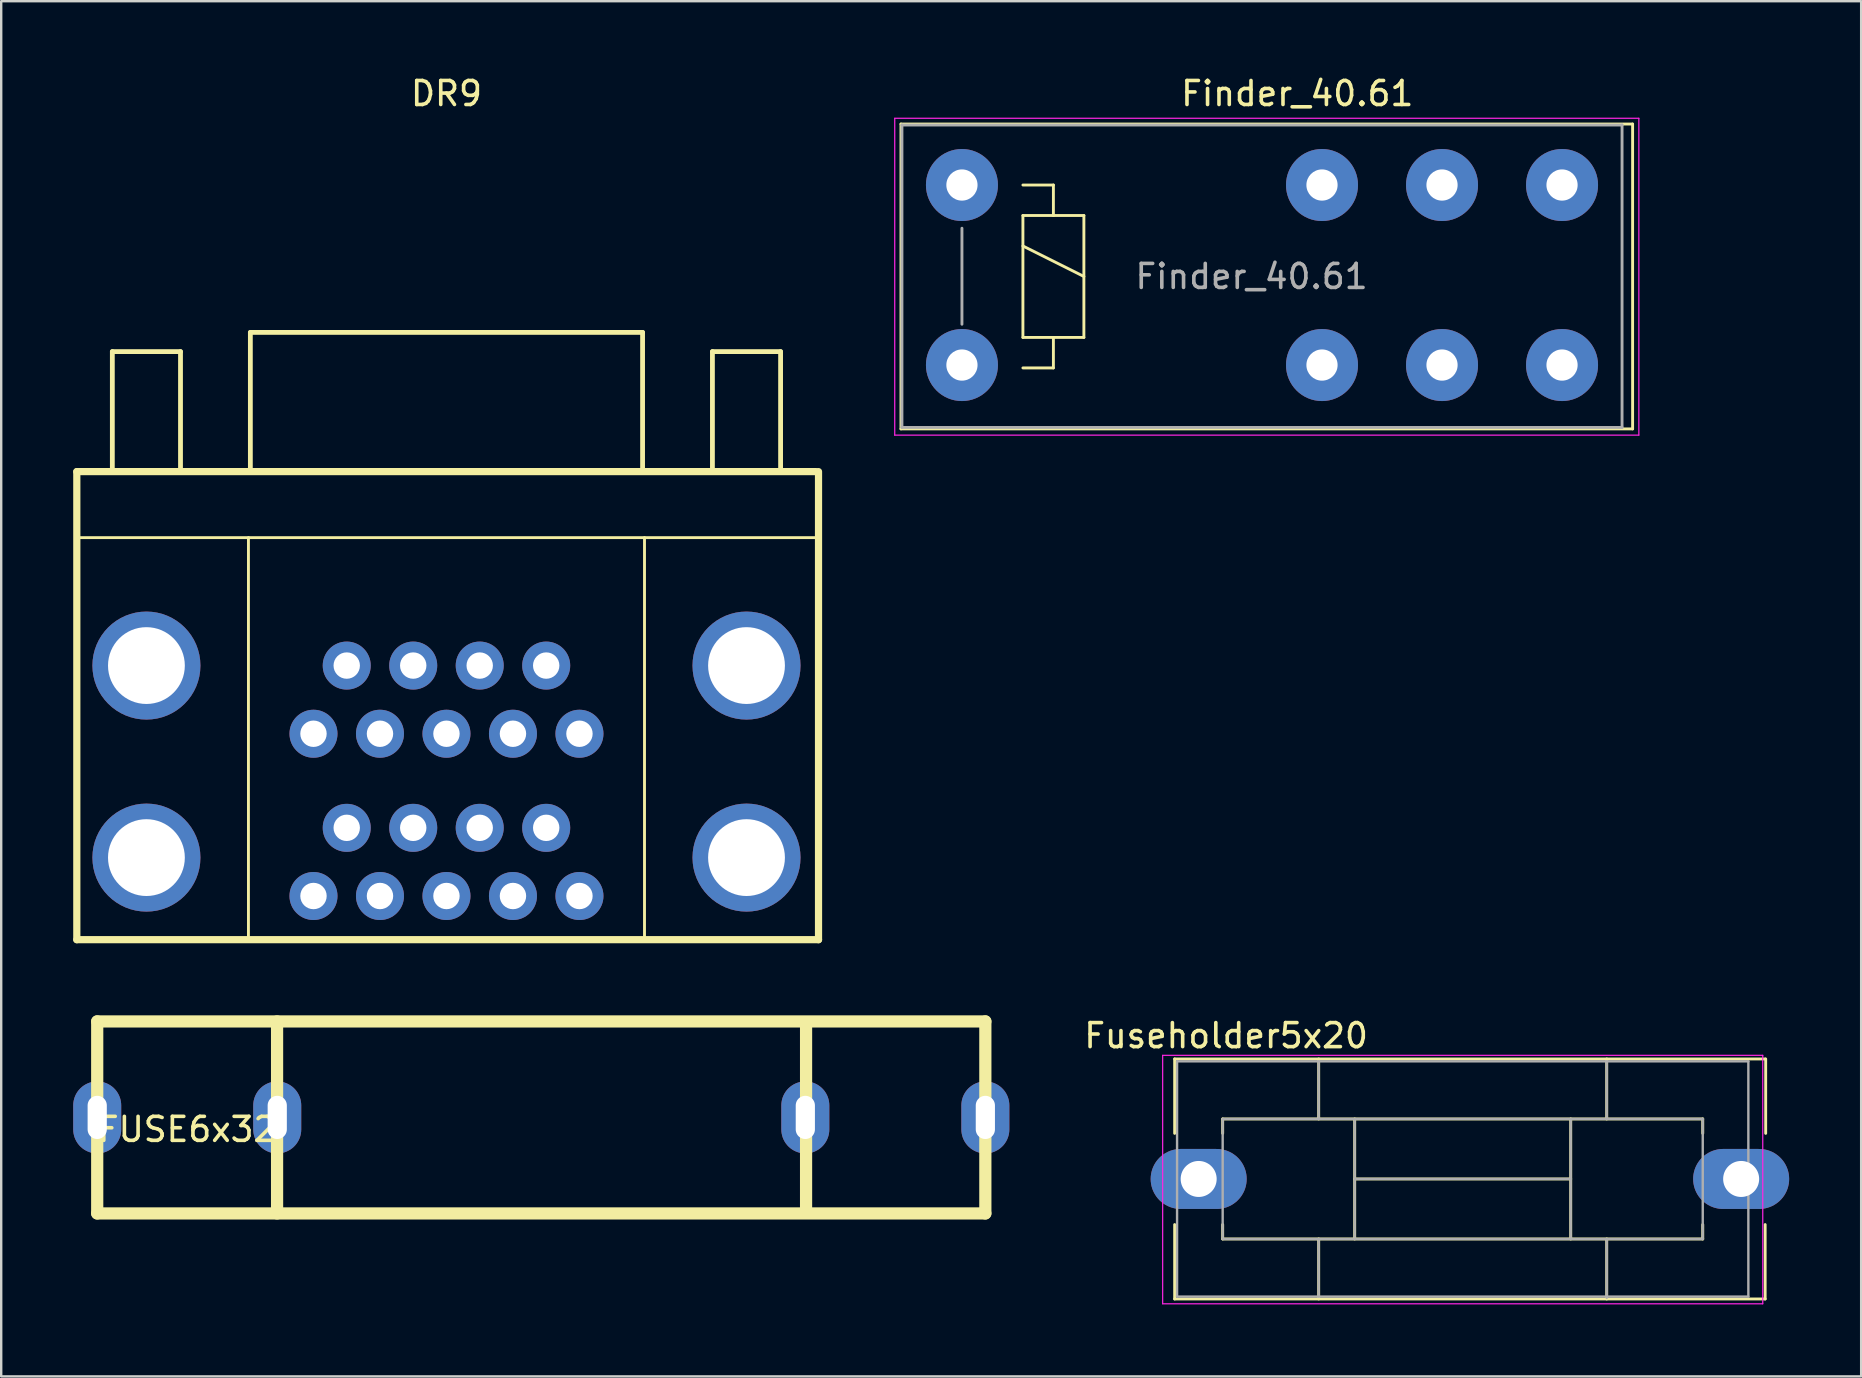
<source format=kicad_pcb>
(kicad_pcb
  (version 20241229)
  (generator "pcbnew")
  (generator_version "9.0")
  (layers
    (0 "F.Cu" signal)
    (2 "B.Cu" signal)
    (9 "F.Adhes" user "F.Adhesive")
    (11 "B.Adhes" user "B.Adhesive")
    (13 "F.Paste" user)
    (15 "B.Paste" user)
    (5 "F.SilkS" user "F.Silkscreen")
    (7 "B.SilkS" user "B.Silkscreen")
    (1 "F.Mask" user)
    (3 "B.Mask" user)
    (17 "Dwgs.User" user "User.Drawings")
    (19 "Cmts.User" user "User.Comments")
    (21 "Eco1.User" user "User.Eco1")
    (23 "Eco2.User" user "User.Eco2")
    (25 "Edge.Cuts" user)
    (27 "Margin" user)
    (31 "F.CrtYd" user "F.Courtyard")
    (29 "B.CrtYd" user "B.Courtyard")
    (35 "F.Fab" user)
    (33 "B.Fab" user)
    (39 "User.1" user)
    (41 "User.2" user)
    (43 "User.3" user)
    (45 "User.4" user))
  (footprint "Fuseholder5x20"
    (layer "F.Cu")
    (at 46.887 46.066)
    (property "Reference" "Fuseholder5x20" (at 1.143 -5.969 0) (layer "F.SilkS") (effects (font (size 1 1) (thickness 0.15))))
    (attr through_hole)
    (fp_line (start -1 -5) (end -1 -1.9) (stroke (width 0.12) (type solid)) (layer "F.SilkS"))
    (fp_line (start -1 1.9) (end -1 5) (stroke (width 0.12) (type solid)) (layer "F.SilkS"))
    (fp_line (start -1 5) (end 23.6 5) (stroke (width 0.12) (type solid)) (layer "F.SilkS"))
    (fp_line (start 1 -2.5) (end 1 -1.9) (stroke (width 0.12) (type solid)) (layer "F.SilkS"))
    (fp_line (start 1 1.9) (end 1 2.5) (stroke (width 0.12) (type solid)) (layer "F.SilkS"))
    (fp_line (start 1 2.5) (end 21 2.5) (stroke (width 0.12) (type solid)) (layer "F.SilkS"))
    (fp_line (start 5 -2.5) (end 5 -5) (stroke (width 0.12) (type solid)) (layer "F.SilkS"))
    (fp_line (start 5 5) (end 5 2.5) (stroke (width 0.12) (type solid)) (layer "F.SilkS"))
    (fp_line (start 6.5 -2.5) (end 6.5 2.5) (stroke (width 0.12) (type solid)) (layer "F.SilkS"))
    (fp_line (start 6.5 0) (end 15.5 0) (stroke (width 0.12) (type solid)) (layer "F.SilkS"))
    (fp_line (start 15.5 -2.5) (end 15.5 2.5) (stroke (width 0.12) (type solid)) (layer "F.SilkS"))
    (fp_line (start 17 -5) (end 17 -2.5) (stroke (width 0.12) (type solid)) (layer "F.SilkS"))
    (fp_line (start 17 5) (end 17 2.5) (stroke (width 0.12) (type solid)) (layer "F.SilkS"))
    (fp_line (start 21 -2.5) (end 1 -2.5) (stroke (width 0.12) (type solid)) (layer "F.SilkS"))
    (fp_line (start 21 -1.9) (end 21 -2.5) (stroke (width 0.12) (type solid)) (layer "F.SilkS"))
    (fp_line (start 21 2.5) (end 21 1.9) (stroke (width 0.12) (type solid)) (layer "F.SilkS"))
    (fp_line (start 23.6 -5) (end -1 -5) (stroke (width 0.12) (type solid)) (layer "F.SilkS"))
    (fp_line (start 23.6 5) (end 23.6 1.9) (stroke (width 0.12) (type solid)) (layer "F.SilkS"))
    (fp_line (start 23.622 -1.9) (end 23.622 -5) (stroke (width 0.12) (type solid)) (layer "F.SilkS"))
    (fp_line (start -1.5 -5.15) (end -1.5 5.2) (stroke (width 0.05) (type solid)) (layer "F.CrtYd"))
    (fp_line (start -1.5 -5.15) (end 23.5 -5.15) (stroke (width 0.05) (type solid)) (layer "F.CrtYd"))
    (fp_line (start 23.5 5.2) (end -1.5 5.2) (stroke (width 0.05) (type solid)) (layer "F.CrtYd"))
    (fp_line (start 23.5 5.2) (end 23.5 -5.15) (stroke (width 0.05) (type solid)) (layer "F.CrtYd"))
    (fp_line (start -0.9 -4.9) (end -0.9 4.9) (stroke (width 0.1) (type solid)) (layer "F.Fab"))
    (fp_line (start -0.9 4.9) (end 22.9 4.9) (stroke (width 0.1) (type solid)) (layer "F.Fab"))
    (fp_line (start 1 -2.5) (end 1 2.5) (stroke (width 0.1) (type solid)) (layer "F.Fab"))
    (fp_line (start 1 2.5) (end 21 2.5) (stroke (width 0.1) (type solid)) (layer "F.Fab"))
    (fp_line (start 5 -4.9) (end 5 -2.5) (stroke (width 0.1) (type solid)) (layer "F.Fab"))
    (fp_line (start 5 2.5) (end 5 4.9) (stroke (width 0.1) (type solid)) (layer "F.Fab"))
    (fp_line (start 6.5 -2.5) (end 6.5 2.5) (stroke (width 0.1) (type solid)) (layer "F.Fab"))
    (fp_line (start 6.5 0) (end 15.5 0) (stroke (width 0.1) (type solid)) (layer "F.Fab"))
    (fp_line (start 15.5 -2.5) (end 15.5 2.5) (stroke (width 0.1) (type solid)) (layer "F.Fab"))
    (fp_line (start 17 -2.5) (end 17 -4.9) (stroke (width 0.1) (type solid)) (layer "F.Fab"))
    (fp_line (start 17 2.5) (end 17 4.95) (stroke (width 0.1) (type solid)) (layer "F.Fab"))
    (fp_line (start 21 -2.5) (end 1 -2.5) (stroke (width 0.1) (type solid)) (layer "F.Fab"))
    (fp_line (start 21 2.5) (end 21 -2.5) (stroke (width 0.1) (type solid)) (layer "F.Fab"))
    (fp_line (start 22.9 -4.9) (end -0.9 -4.9) (stroke (width 0.1) (type solid)) (layer "F.Fab"))
    (fp_line (start 22.9 4.9) (end 22.9 -4.9) (stroke (width 0.1) (type solid)) (layer "F.Fab"))
    (pad "1" thru_hole oval (at 0 0 270) (size 2.5 4) (drill 1.5) (layers "*.Cu" "*.Mask"))
    (pad "2" thru_hole oval (at 22.6 0 270) (size 2.5 4) (drill 1.5) (layers "*.Cu" "*.Mask")))
  (footprint "DR9"
    (layer "F.Cu")
    (at 15.55 16.598)
    (property "Reference" "DR9" (at 0 -15.75 0) (layer "F.SilkS") (effects (font (size 1 1) (thickness 0.15))))
    (attr through_hole)
    (fp_line (start -15.4 0) (end -15.4 19.5) (stroke (width 0.3) (type solid)) (layer "F.SilkS"))
    (fp_line (start -15.4 0) (end 15.4 0) (stroke (width 0.3) (type solid)) (layer "F.SilkS"))
    (fp_line (start -15.4 19.5) (end 15.5 19.5) (stroke (width 0.3) (type solid)) (layer "F.SilkS"))
    (fp_line (start -15.25 2.75) (end 15.5 2.75) (stroke (width 0.12) (type solid)) (layer "F.SilkS"))
    (fp_line (start -13.92 -5) (end -11.08 -5) (stroke (width 0.2) (type solid)) (layer "F.SilkS"))
    (fp_line (start -13.92 0) (end -13.92 -5) (stroke (width 0.2) (type solid)) (layer "F.SilkS"))
    (fp_line (start -11.08 0) (end -11.08 -5) (stroke (width 0.2) (type solid)) (layer "F.SilkS"))
    (fp_line (start -8.25 2.75) (end -8.25 19.5) (stroke (width 0.12) (type solid)) (layer "F.SilkS"))
    (fp_line (start -8.17 -5.8) (end 8.17 -5.8) (stroke (width 0.2) (type solid)) (layer "F.SilkS"))
    (fp_line (start -8.17 0) (end -8.17 -5.8) (stroke (width 0.2) (type solid)) (layer "F.SilkS"))
    (fp_line (start 8.17 0) (end 8.17 -5.8) (stroke (width 0.2) (type solid)) (layer "F.SilkS"))
    (fp_line (start 8.25 2.75) (end 8.25 19.5) (stroke (width 0.12) (type solid)) (layer "F.SilkS"))
    (fp_line (start 11.08 -5) (end 13.92 -5) (stroke (width 0.2) (type solid)) (layer "F.SilkS"))
    (fp_line (start 11.08 0) (end 11.08 -5) (stroke (width 0.2) (type solid)) (layer "F.SilkS"))
    (fp_line (start 13.92 0) (end 13.92 -5) (stroke (width 0.2) (type solid)) (layer "F.SilkS"))
    (fp_line (start 15.5 0) (end 15.5 19.5) (stroke (width 0.3) (type solid)) (layer "F.SilkS"))
    (pad "0" thru_hole circle (at -12.5 8.08) (size 4.5 4.5) (drill 3.2) (layers "*.Cu" "*.Mask"))
    (pad "0" thru_hole circle (at -12.5 16.08) (size 4.5 4.5) (drill 3.2) (layers "*.Cu" "*.Mask"))
    (pad "0" thru_hole circle (at 12.5 8.08) (size 4.5 4.5) (drill 3.2) (layers "*.Cu" "*.Mask"))
    (pad "0" thru_hole circle (at 12.5 16.08) (size 4.5 4.5) (drill 3.2) (layers "*.Cu" "*.Mask"))
    (pad "1" thru_hole circle (at 5.54 10.92) (size 2 2) (drill 1.1) (layers "*.Cu" "*.Mask"))
    (pad "2" thru_hole circle (at 2.77 10.92) (size 2 2) (drill 1.1) (layers "*.Cu" "*.Mask"))
    (pad "3" thru_hole circle (at 0 10.92) (size 2 2) (drill 1.1) (layers "*.Cu" "*.Mask"))
    (pad "4" thru_hole circle (at -2.77 10.92) (size 2 2) (drill 1.1) (layers "*.Cu" "*.Mask"))
    (pad "5" thru_hole circle (at -5.54 10.92) (size 2 2) (drill 1.1) (layers "*.Cu" "*.Mask"))
    (pad "6" thru_hole circle (at 4.155 8.08) (size 2 2) (drill 1.1) (layers "*.Cu" "*.Mask"))
    (pad "7" thru_hole circle (at 1.385 8.08) (size 2 2) (drill 1.1) (layers "*.Cu" "*.Mask"))
    (pad "8" thru_hole circle (at -1.385 8.08) (size 2 2) (drill 1.1) (layers "*.Cu" "*.Mask"))
    (pad "9" thru_hole circle (at -4.155 8.08) (size 2 2) (drill 1.1) (layers "*.Cu" "*.Mask" "B.Paste"))
    (pad "11" thru_hole circle (at 5.54 17.68) (size 2 2) (drill 1.1) (layers "*.Cu" "*.Mask" "B.Paste"))
    (pad "12" thru_hole circle (at 2.77 17.68) (size 2 2) (drill 1.1) (layers "*.Cu" "*.Mask" "B.Paste"))
    (pad "13" thru_hole circle (at 0 17.68) (size 2 2) (drill 1.1) (layers "*.Cu" "*.Mask" "B.Paste"))
    (pad "14" thru_hole circle (at -2.77 17.68) (size 2 2) (drill 1.1) (layers "*.Cu" "*.Mask" "B.Paste"))
    (pad "15" thru_hole circle (at -5.54 17.68) (size 2 2) (drill 1.1) (layers "*.Cu" "*.Mask" "B.Paste"))
    (pad "16" thru_hole circle (at 4.155 14.84) (size 2 2) (drill 1.1) (layers "*.Cu" "*.Mask" "B.Paste"))
    (pad "17" thru_hole circle (at 1.385 14.84) (size 2 2) (drill 1.1) (layers "*.Cu" "*.Mask" "B.Paste"))
    (pad "18" thru_hole circle (at -1.385 14.84) (size 2 2) (drill 1.1) (layers "*.Cu" "*.Mask" "B.Paste"))
    (pad "19" thru_hole circle (at -4.155 14.84) (size 2 2) (drill 1.1) (layers "*.Cu" "*.Mask" "B.Paste")))
  (footprint "Finder_40.61"
    (layer "F.Cu")
    (at 37.025 4.658)
    (property "Reference" "Finder_40.61" (at 13.97 -3.81 0) (layer "F.SilkS") (effects (font (size 1 1) (thickness 0.15))))
    (attr through_hole)
    (fp_line (start -2.54 -2.54) (end 27.94 -2.54) (stroke (width 0.12) (type solid)) (layer "F.SilkS"))
    (fp_line (start -2.54 10.16) (end -2.54 -2.54) (stroke (width 0.12) (type solid)) (layer "F.SilkS"))
    (fp_line (start 2.54 0) (end 3.81 0) (stroke (width 0.12) (type solid)) (layer "F.SilkS"))
    (fp_line (start 2.54 1.27) (end 3.81 1.27) (stroke (width 0.12) (type solid)) (layer "F.SilkS"))
    (fp_line (start 2.54 2.54) (end 5.08 3.81) (stroke (width 0.12) (type solid)) (layer "F.SilkS"))
    (fp_line (start 2.54 6.35) (end 2.54 1.27) (stroke (width 0.12) (type solid)) (layer "F.SilkS"))
    (fp_line (start 3.81 0) (end 3.81 1.27) (stroke (width 0.12) (type solid)) (layer "F.SilkS"))
    (fp_line (start 3.81 1.27) (end 5.08 1.27) (stroke (width 0.12) (type solid)) (layer "F.SilkS"))
    (fp_line (start 3.81 6.35) (end 3.81 7.62) (stroke (width 0.12) (type solid)) (layer "F.SilkS"))
    (fp_line (start 3.81 7.62) (end 2.54 7.62) (stroke (width 0.12) (type solid)) (layer "F.SilkS"))
    (fp_line (start 5.08 1.27) (end 5.08 6.35) (stroke (width 0.12) (type solid)) (layer "F.SilkS"))
    (fp_line (start 5.08 6.35) (end 2.54 6.35) (stroke (width 0.12) (type solid)) (layer "F.SilkS"))
    (fp_line (start 27.94 -2.54) (end 27.94 10.16) (stroke (width 0.12) (type solid)) (layer "F.SilkS"))
    (fp_line (start 27.94 10.16) (end -2.54 10.16) (stroke (width 0.12) (type solid)) (layer "F.SilkS"))
    (fp_line (start -2.8 -2.78) (end 28.2 -2.78) (stroke (width 0.05) (type solid)) (layer "F.CrtYd"))
    (fp_line (start -2.8 10.42) (end -2.8 -2.78) (stroke (width 0.05) (type solid)) (layer "F.CrtYd"))
    (fp_line (start 28.2 -2.78) (end 28.2 10.42) (stroke (width 0.05) (type solid)) (layer "F.CrtYd"))
    (fp_line (start 28.2 10.42) (end -2.8 10.42) (stroke (width 0.05) (type solid)) (layer "F.CrtYd"))
    (fp_line (start -2.5 -2.5) (end 27.5 -2.5) (stroke (width 0.12) (type solid)) (layer "F.Fab"))
    (fp_line (start -2.5 10.1) (end -2.5 -2.5) (stroke (width 0.12) (type solid)) (layer "F.Fab"))
    (fp_line (start 0 1.8) (end 0 5.8) (stroke (width 0.12) (type solid)) (layer "F.Fab"))
    (fp_line (start 27.5 -2.5) (end 27.5 10.1) (stroke (width 0.12) (type solid)) (layer "F.Fab"))
    (fp_line (start 27.5 10.1) (end -2.5 10.1) (stroke (width 0.12) (type solid)) (layer "F.Fab"))
    (fp_text user "${REFERENCE}" (at 12.065 3.81 0) (layer "F.Fab") (effects (font (size 1 1) (thickness 0.15))))
    (pad "11" thru_hole circle (at 20 0) (size 3 3) (drill 1.3) (layers "*.Cu" "*.Mask"))
    (pad "12" thru_hole circle (at 15 0) (size 3 3) (drill 1.3) (layers "*.Cu" "*.Mask"))
    (pad "14" thru_hole circle (at 25 0) (size 3 3) (drill 1.3) (layers "*.Cu" "*.Mask"))
    (pad "21" thru_hole circle (at 20 7.5) (size 3 3) (drill 1.3) (layers "*.Cu" "*.Mask"))
    (pad "22" thru_hole circle (at 15 7.5) (size 3 3) (drill 1.3) (layers "*.Cu" "*.Mask"))
    (pad "24" thru_hole circle (at 25 7.5) (size 3 3) (drill 1.3) (layers "*.Cu" "*.Mask"))
    (pad "A1" thru_hole circle (at 0 0) (size 3 3) (drill 1.3) (layers "*.Cu" "*.Mask"))
    (pad "A2" thru_hole circle (at 0 7.5) (size 3 3) (drill 1.3) (layers "*.Cu" "*.Mask")))
  (footprint "FUSE6x32"
    (layer "F.Cu")
    (at 4.75 43.502)
    (property "Reference" "FUSE6x32" (at 0 0.5 0) (layer "F.SilkS") (effects (font (size 1 1) (thickness 0.15))))
    (attr through_hole)
    (fp_line (start -3.75 -4) (end -3.75 4) (stroke (width 0.508) (type solid)) (layer "F.SilkS"))
    (fp_line (start -3.75 -4) (end 33.25 -4) (stroke (width 0.508) (type solid)) (layer "F.SilkS"))
    (fp_line (start -3.75 4) (end 33.25 4) (stroke (width 0.508) (type solid)) (layer "F.SilkS"))
    (fp_line (start 3.743 -4) (end 3.743 4) (stroke (width 0.508) (type solid)) (layer "F.SilkS"))
    (fp_line (start 25.781 -3.937) (end 25.781 3.937) (stroke (width 0.508) (type solid)) (layer "F.SilkS"))
    (fp_line (start 33.25 -4) (end 33.25 4) (stroke (width 0.508) (type solid)) (layer "F.SilkS"))
    (pad "1" thru_hole oval (at -3.75 0) (size 2 3) (drill oval 0.8 1.8) (layers "*.Cu" "*.Mask"))
    (pad "1" thru_hole oval (at 3.75 0) (size 2 3) (drill oval 0.8 1.8) (layers "*.Cu" "*.Mask"))
    (pad "2" thru_hole oval (at 25.75 0) (size 2 3) (drill oval 0.8 1.8) (layers "*.Cu" "*.Mask"))
    (pad "2" thru_hole oval (at 33.25 0) (size 2 3) (drill oval 0.8 1.8) (layers "*.Cu" "*.Mask")))
  (gr_rect
    (start -3 -3)
    (end 74.487 54.291)
    (stroke (width 0.1) (type default))
    (fill no)
    (layer "Edge.Cuts")))
</source>
